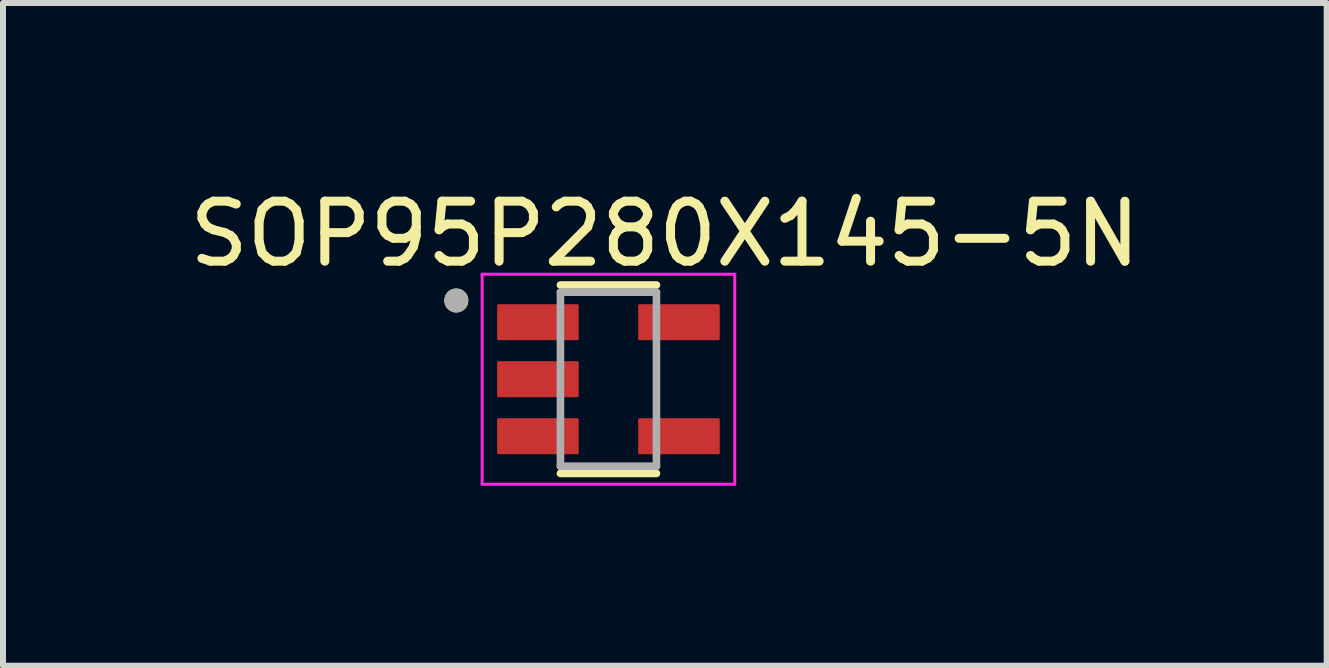
<source format=kicad_pcb>
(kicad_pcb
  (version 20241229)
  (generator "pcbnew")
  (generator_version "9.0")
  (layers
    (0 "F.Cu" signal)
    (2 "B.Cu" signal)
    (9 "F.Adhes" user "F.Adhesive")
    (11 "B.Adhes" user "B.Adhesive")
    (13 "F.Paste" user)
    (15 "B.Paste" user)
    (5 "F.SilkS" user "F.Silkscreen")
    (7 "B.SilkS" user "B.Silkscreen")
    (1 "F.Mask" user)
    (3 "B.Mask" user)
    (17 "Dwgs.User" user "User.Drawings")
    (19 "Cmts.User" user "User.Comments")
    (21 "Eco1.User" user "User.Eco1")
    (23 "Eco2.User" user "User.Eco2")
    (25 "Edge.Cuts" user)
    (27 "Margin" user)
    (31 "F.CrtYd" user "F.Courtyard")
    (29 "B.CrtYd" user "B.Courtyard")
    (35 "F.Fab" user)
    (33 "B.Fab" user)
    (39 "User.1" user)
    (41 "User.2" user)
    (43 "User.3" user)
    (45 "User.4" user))
  (footprint "SOP95P280X145-5N"
    (layer "F.Cu")
    (at 7.09 3.27)
    (property "Reference" "SOP95P280X145-5N" (at 0.94 -2.422 0) (layer "F.SilkS") (effects (font (size 1 1) (thickness 0.15))))
    (attr smd)
    (fp_line (start -0.8 -1.57) (end 0.8 -1.57) (stroke (width 0.127) (type solid)) (layer "F.SilkS"))
    (fp_line (start -0.8 1.57) (end 0.8 1.57) (stroke (width 0.127) (type solid)) (layer "F.SilkS"))
    (fp_circle (center -2.535 -1.312) (end -2.435 -1.312) (stroke (width 0.2) (type solid)) (fill no) (layer "F.SilkS"))
    (fp_line (start -2.105 -1.75) (end -2.105 1.75) (stroke (width 0.05) (type solid)) (layer "F.CrtYd"))
    (fp_line (start -2.105 -1.75) (end 2.105 -1.75) (stroke (width 0.05) (type solid)) (layer "F.CrtYd"))
    (fp_line (start -2.105 1.75) (end 2.105 1.75) (stroke (width 0.05) (type solid)) (layer "F.CrtYd"))
    (fp_line (start 2.105 -1.75) (end 2.105 1.75) (stroke (width 0.05) (type solid)) (layer "F.CrtYd"))
    (fp_line (start -0.8 -1.45) (end -0.8 1.45) (stroke (width 0.127) (type solid)) (layer "F.Fab"))
    (fp_line (start -0.8 -1.45) (end 0.8 -1.45) (stroke (width 0.127) (type solid)) (layer "F.Fab"))
    (fp_line (start -0.8 1.45) (end 0.8 1.45) (stroke (width 0.127) (type solid)) (layer "F.Fab"))
    (fp_line (start 0.8 -1.45) (end 0.8 1.45) (stroke (width 0.127) (type solid)) (layer "F.Fab"))
    (fp_circle (center -2.535 -1.312) (end -2.435 -1.312) (stroke (width 0.2) (type solid)) (fill no) (layer "F.Fab"))
    (pad "1" smd roundrect (at -1.175 -0.95) (size 1.36 0.6) (layers "F.Cu" "F.Mask" "F.Paste") (roundrect_rratio 0.04))
    (pad "2" smd roundrect (at -1.175 0) (size 1.36 0.6) (layers "F.Cu" "F.Mask" "F.Paste") (roundrect_rratio 0.04))
    (pad "3" smd roundrect (at -1.175 0.95) (size 1.36 0.6) (layers "F.Cu" "F.Mask" "F.Paste") (roundrect_rratio 0.04))
    (pad "4" smd roundrect (at 1.175 0.95) (size 1.36 0.6) (layers "F.Cu" "F.Mask" "F.Paste") (roundrect_rratio 0.04))
    (pad "5" smd roundrect (at 1.175 -0.95) (size 1.36 0.6) (layers "F.Cu" "F.Mask" "F.Paste") (roundrect_rratio 0.04)))
  (gr_rect
    (start -3 -3)
    (end 19.06 8.045)
    (stroke (width 0.1) (type default))
    (fill no)
    (layer "Edge.Cuts")))
</source>
